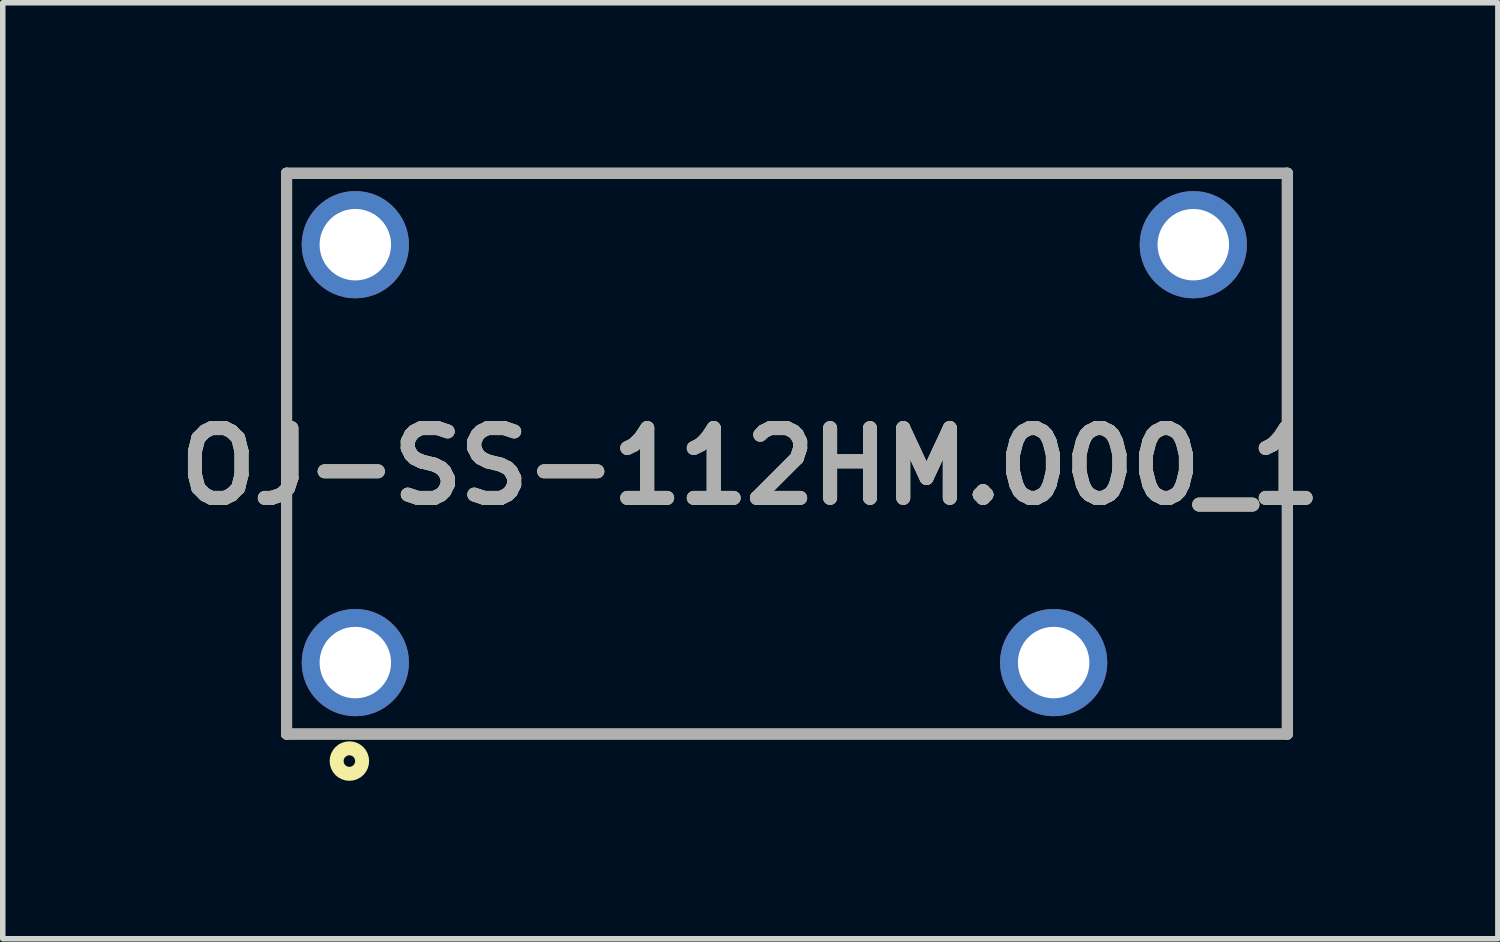
<source format=kicad_pcb>
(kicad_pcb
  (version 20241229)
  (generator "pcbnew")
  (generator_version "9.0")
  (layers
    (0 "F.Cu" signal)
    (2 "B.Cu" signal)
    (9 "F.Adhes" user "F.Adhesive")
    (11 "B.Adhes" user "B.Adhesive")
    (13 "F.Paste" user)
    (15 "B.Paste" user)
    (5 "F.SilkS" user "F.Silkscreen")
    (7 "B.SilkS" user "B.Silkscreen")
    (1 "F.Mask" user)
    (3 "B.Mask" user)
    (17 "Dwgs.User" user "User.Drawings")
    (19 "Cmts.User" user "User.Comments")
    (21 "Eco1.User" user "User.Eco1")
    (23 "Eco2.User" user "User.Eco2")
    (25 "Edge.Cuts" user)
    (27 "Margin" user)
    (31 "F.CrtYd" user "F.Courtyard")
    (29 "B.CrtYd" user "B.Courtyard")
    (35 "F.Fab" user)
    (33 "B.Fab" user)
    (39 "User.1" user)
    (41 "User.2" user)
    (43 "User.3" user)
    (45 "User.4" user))
  (footprint "OJ-SS-112HM.000_1"
    (layer "F.Cu")
    (at 20.362 5.2)
    (property "Reference" "OJ-SS-112HM.000_1" (at -9.767 0.231 0) (layer "F.SilkS") (effects (font (size 1.27 1.27) (thickness 0.254))))
    (attr through_hole)
    (fp_line (start -18.2 -5.1) (end 0 -5.1) (stroke (width 0.2) (type solid)) (layer "F.SilkS"))
    (fp_line (start -18.2 5.1) (end -18.2 -5.1) (stroke (width 0.2) (type solid)) (layer "F.SilkS"))
    (fp_line (start 0 -5.1) (end 0 5.1) (stroke (width 0.2) (type solid)) (layer "F.SilkS"))
    (fp_line (start 0 5.1) (end -18.2 5.1) (stroke (width 0.2) (type solid)) (layer "F.SilkS"))
    (fp_circle (center -17.058 5.591) (end -17.058 5.696) (stroke (width 0.254) (type solid)) (fill no) (layer "F.SilkS"))
    (fp_line (start -18.2 -5.1) (end 0 -5.1) (stroke (width 0.2) (type solid)) (layer "F.Fab"))
    (fp_line (start -18.2 5.1) (end -18.2 -5.1) (stroke (width 0.2) (type solid)) (layer "F.Fab"))
    (fp_line (start 0 -5.1) (end 0 5.1) (stroke (width 0.2) (type solid)) (layer "F.Fab"))
    (fp_line (start 0 5.1) (end -18.2 5.1) (stroke (width 0.2) (type solid)) (layer "F.Fab"))
    (fp_text user "${REFERENCE}" (at -9.767 0.231 0) (layer "F.Fab") (effects (font (size 1.27 1.27) (thickness 0.254))))
    (pad "1" thru_hole circle (at -16.95 3.8) (size 1.95 1.95) (drill 1.3) (layers "*.Cu" "*.Mask"))
    (pad "2" thru_hole circle (at -4.25 3.8) (size 1.95 1.95) (drill 1.3) (layers "*.Cu" "*.Mask"))
    (pad "3" thru_hole circle (at -1.71 -3.8) (size 1.95 1.95) (drill 1.3) (layers "*.Cu" "*.Mask"))
    (pad "4" thru_hole circle (at -16.95 -3.8) (size 1.95 1.95) (drill 1.3) (layers "*.Cu" "*.Mask")))
  (gr_rect
    (start -3 -3)
    (end 24.191 14.023)
    (stroke (width 0.1) (type default))
    (fill no)
    (layer "Edge.Cuts")))
</source>
